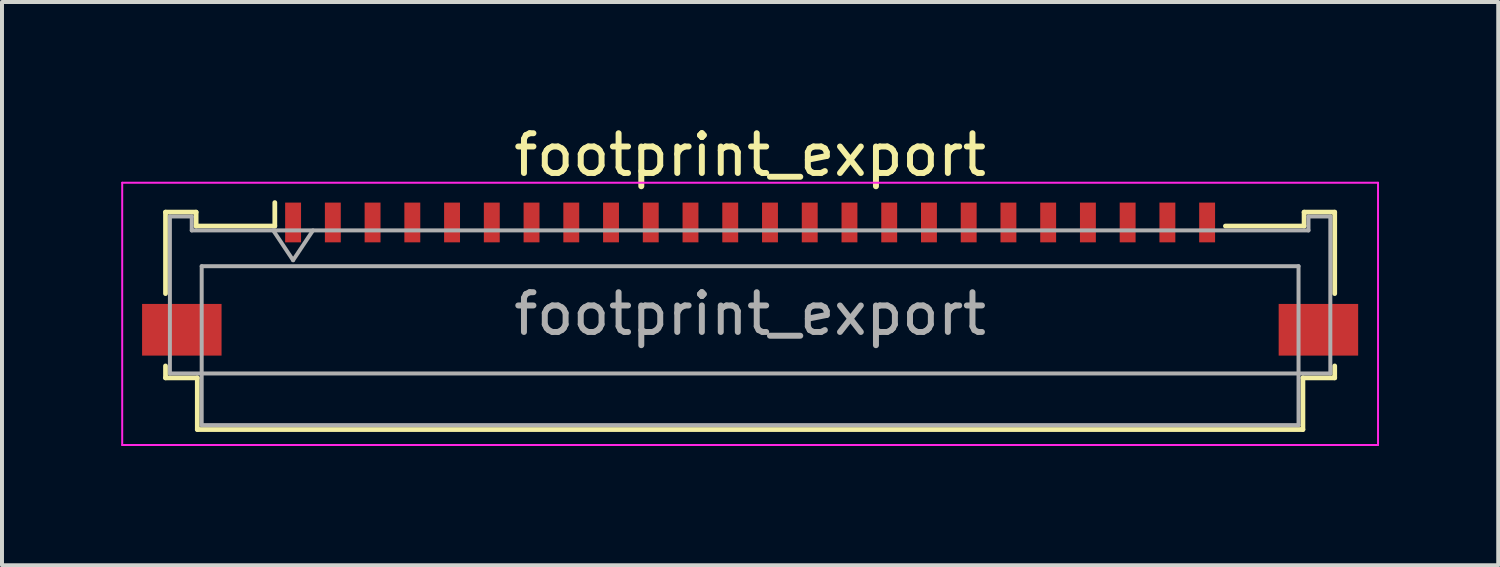
<source format=kicad_pcb>
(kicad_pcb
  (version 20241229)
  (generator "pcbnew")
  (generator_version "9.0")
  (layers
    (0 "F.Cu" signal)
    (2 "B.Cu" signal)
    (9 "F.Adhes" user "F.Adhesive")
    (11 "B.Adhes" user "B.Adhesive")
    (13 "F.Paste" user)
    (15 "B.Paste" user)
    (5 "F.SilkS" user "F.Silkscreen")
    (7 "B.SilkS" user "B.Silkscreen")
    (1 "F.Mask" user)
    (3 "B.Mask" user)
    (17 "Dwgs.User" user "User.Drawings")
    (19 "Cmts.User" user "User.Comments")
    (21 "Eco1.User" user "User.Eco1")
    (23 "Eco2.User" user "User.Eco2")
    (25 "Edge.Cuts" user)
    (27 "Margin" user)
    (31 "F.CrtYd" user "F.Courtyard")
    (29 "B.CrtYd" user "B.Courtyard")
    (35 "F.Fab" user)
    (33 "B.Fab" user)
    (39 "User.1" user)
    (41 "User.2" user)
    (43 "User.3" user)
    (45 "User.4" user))
  (footprint "footprint_export"
    (layer "F.Cu")
    (at 15.825 3.458)
    (property "Reference" "footprint_export" (at 0 -2.61 0) (layer "F.SilkS") (effects (font (size 1 1) (thickness 0.15))))
    (attr smd)
    (fp_line (start -14.71 -1.17) (end -14.71 0.88) (stroke (width 0.12) (type solid)) (layer "F.SilkS"))
    (fp_line (start -14.71 2.7) (end -14.71 3) (stroke (width 0.12) (type solid)) (layer "F.SilkS"))
    (fp_line (start -14.71 3) (end -13.91 3) (stroke (width 0.12) (type solid)) (layer "F.SilkS"))
    (fp_line (start -13.94 -1.17) (end -14.71 -1.17) (stroke (width 0.12) (type solid)) (layer "F.SilkS"))
    (fp_line (start -13.94 -0.82) (end -13.94 -1.17) (stroke (width 0.12) (type solid)) (layer "F.SilkS"))
    (fp_line (start -13.91 3) (end -13.91 4.3) (stroke (width 0.12) (type solid)) (layer "F.SilkS"))
    (fp_line (start -13.91 4.3) (end 13.91 4.3) (stroke (width 0.12) (type solid)) (layer "F.SilkS"))
    (fp_line (start -11.96 -1.41) (end -11.96 -0.82) (stroke (width 0.12) (type solid)) (layer "F.SilkS"))
    (fp_line (start -11.96 -0.82) (end -13.94 -0.82) (stroke (width 0.12) (type solid)) (layer "F.SilkS"))
    (fp_line (start 13.91 3) (end 14.71 3) (stroke (width 0.12) (type solid)) (layer "F.SilkS"))
    (fp_line (start 13.91 4.3) (end 13.91 3) (stroke (width 0.12) (type solid)) (layer "F.SilkS"))
    (fp_line (start 13.94 -1.17) (end 13.94 -0.82) (stroke (width 0.12) (type solid)) (layer "F.SilkS"))
    (fp_line (start 13.94 -0.82) (end 11.96 -0.82) (stroke (width 0.12) (type solid)) (layer "F.SilkS"))
    (fp_line (start 14.71 -1.17) (end 13.94 -1.17) (stroke (width 0.12) (type solid)) (layer "F.SilkS"))
    (fp_line (start 14.71 0.88) (end 14.71 -1.17) (stroke (width 0.12) (type solid)) (layer "F.SilkS"))
    (fp_line (start 14.71 3) (end 14.71 2.7) (stroke (width 0.12) (type solid)) (layer "F.SilkS"))
    (fp_line (start -15.8 -1.91) (end -15.8 4.69) (stroke (width 0.05) (type solid)) (layer "F.CrtYd"))
    (fp_line (start -15.8 4.69) (end 15.8 4.69) (stroke (width 0.05) (type solid)) (layer "F.CrtYd"))
    (fp_line (start 15.8 -1.91) (end -15.8 -1.91) (stroke (width 0.05) (type solid)) (layer "F.CrtYd"))
    (fp_line (start 15.8 4.69) (end 15.8 -1.91) (stroke (width 0.05) (type solid)) (layer "F.CrtYd"))
    (fp_line (start -14.6 -1.06) (end -14.6 2.89) (stroke (width 0.1) (type solid)) (layer "F.Fab"))
    (fp_line (start -14.6 2.89) (end 14.6 2.89) (stroke (width 0.1) (type solid)) (layer "F.Fab"))
    (fp_line (start -14.05 -1.06) (end -14.6 -1.06) (stroke (width 0.1) (type solid)) (layer "F.Fab"))
    (fp_line (start -14.05 -0.71) (end -14.05 -1.06) (stroke (width 0.1) (type solid)) (layer "F.Fab"))
    (fp_line (start -13.8 0.19) (end -13.8 4.19) (stroke (width 0.1) (type solid)) (layer "F.Fab"))
    (fp_line (start -13.8 4.19) (end 13.8 4.19) (stroke (width 0.1) (type solid)) (layer "F.Fab"))
    (fp_line (start -12 -0.71) (end -11.5 0.04) (stroke (width 0.1) (type solid)) (layer "F.Fab"))
    (fp_line (start -11.5 0.04) (end -11 -0.71) (stroke (width 0.1) (type solid)) (layer "F.Fab"))
    (fp_line (start 13.8 0.19) (end -13.8 0.19) (stroke (width 0.1) (type solid)) (layer "F.Fab"))
    (fp_line (start 13.8 4.19) (end 13.8 0.19) (stroke (width 0.1) (type solid)) (layer "F.Fab"))
    (fp_line (start 14.05 -1.06) (end 14.05 -0.71) (stroke (width 0.1) (type solid)) (layer "F.Fab"))
    (fp_line (start 14.05 -0.71) (end -14.05 -0.71) (stroke (width 0.1) (type solid)) (layer "F.Fab"))
    (fp_line (start 14.6 -1.06) (end 14.05 -1.06) (stroke (width 0.1) (type solid)) (layer "F.Fab"))
    (fp_line (start 14.6 2.89) (end 14.6 -1.06) (stroke (width 0.1) (type solid)) (layer "F.Fab"))
    (fp_text user "${REFERENCE}" (at 0 1.39 0) (layer "F.Fab") (effects (font (size 1 1) (thickness 0.15))))
    (pad "1" smd rect (at -11.5 -0.91) (size 0.4 1) (layers "F.Cu" "F.Mask" "F.Paste"))
    (pad "2" smd rect (at -10.5 -0.91) (size 0.4 1) (layers "F.Cu" "F.Mask" "F.Paste"))
    (pad "3" smd rect (at -9.5 -0.91) (size 0.4 1) (layers "F.Cu" "F.Mask" "F.Paste"))
    (pad "4" smd rect (at -8.5 -0.91) (size 0.4 1) (layers "F.Cu" "F.Mask" "F.Paste"))
    (pad "5" smd rect (at -7.5 -0.91) (size 0.4 1) (layers "F.Cu" "F.Mask" "F.Paste"))
    (pad "6" smd rect (at -6.5 -0.91) (size 0.4 1) (layers "F.Cu" "F.Mask" "F.Paste"))
    (pad "7" smd rect (at -5.5 -0.91) (size 0.4 1) (layers "F.Cu" "F.Mask" "F.Paste"))
    (pad "8" smd rect (at -4.5 -0.91) (size 0.4 1) (layers "F.Cu" "F.Mask" "F.Paste"))
    (pad "9" smd rect (at -3.5 -0.91) (size 0.4 1) (layers "F.Cu" "F.Mask" "F.Paste"))
    (pad "10" smd rect (at -2.5 -0.91) (size 0.4 1) (layers "F.Cu" "F.Mask" "F.Paste"))
    (pad "11" smd rect (at -1.5 -0.91) (size 0.4 1) (layers "F.Cu" "F.Mask" "F.Paste"))
    (pad "12" smd rect (at -0.5 -0.91) (size 0.4 1) (layers "F.Cu" "F.Mask" "F.Paste"))
    (pad "13" smd rect (at 0.5 -0.91) (size 0.4 1) (layers "F.Cu" "F.Mask" "F.Paste"))
    (pad "14" smd rect (at 1.5 -0.91) (size 0.4 1) (layers "F.Cu" "F.Mask" "F.Paste"))
    (pad "15" smd rect (at 2.5 -0.91) (size 0.4 1) (layers "F.Cu" "F.Mask" "F.Paste"))
    (pad "16" smd rect (at 3.5 -0.91) (size 0.4 1) (layers "F.Cu" "F.Mask" "F.Paste"))
    (pad "17" smd rect (at 4.5 -0.91) (size 0.4 1) (layers "F.Cu" "F.Mask" "F.Paste"))
    (pad "18" smd rect (at 5.5 -0.91) (size 0.4 1) (layers "F.Cu" "F.Mask" "F.Paste"))
    (pad "19" smd rect (at 6.5 -0.91) (size 0.4 1) (layers "F.Cu" "F.Mask" "F.Paste"))
    (pad "20" smd rect (at 7.5 -0.91) (size 0.4 1) (layers "F.Cu" "F.Mask" "F.Paste"))
    (pad "21" smd rect (at 8.5 -0.91) (size 0.4 1) (layers "F.Cu" "F.Mask" "F.Paste"))
    (pad "22" smd rect (at 9.5 -0.91) (size 0.4 1) (layers "F.Cu" "F.Mask" "F.Paste"))
    (pad "23" smd rect (at 10.5 -0.91) (size 0.4 1) (layers "F.Cu" "F.Mask" "F.Paste"))
    (pad "24" smd rect (at 11.5 -0.91) (size 0.4 1) (layers "F.Cu" "F.Mask" "F.Paste"))
    (pad "MP" smd rect (at -14.3 1.79) (size 2 1.3) (layers "F.Cu" "F.Mask" "F.Paste"))
    (pad "MP" smd rect (at 14.3 1.79) (size 2 1.3) (layers "F.Cu" "F.Mask" "F.Paste")))
  (gr_rect
    (start -3 -3)
    (end 34.65 11.173)
    (stroke (width 0.1) (type default))
    (fill no)
    (layer "Edge.Cuts")))
</source>
